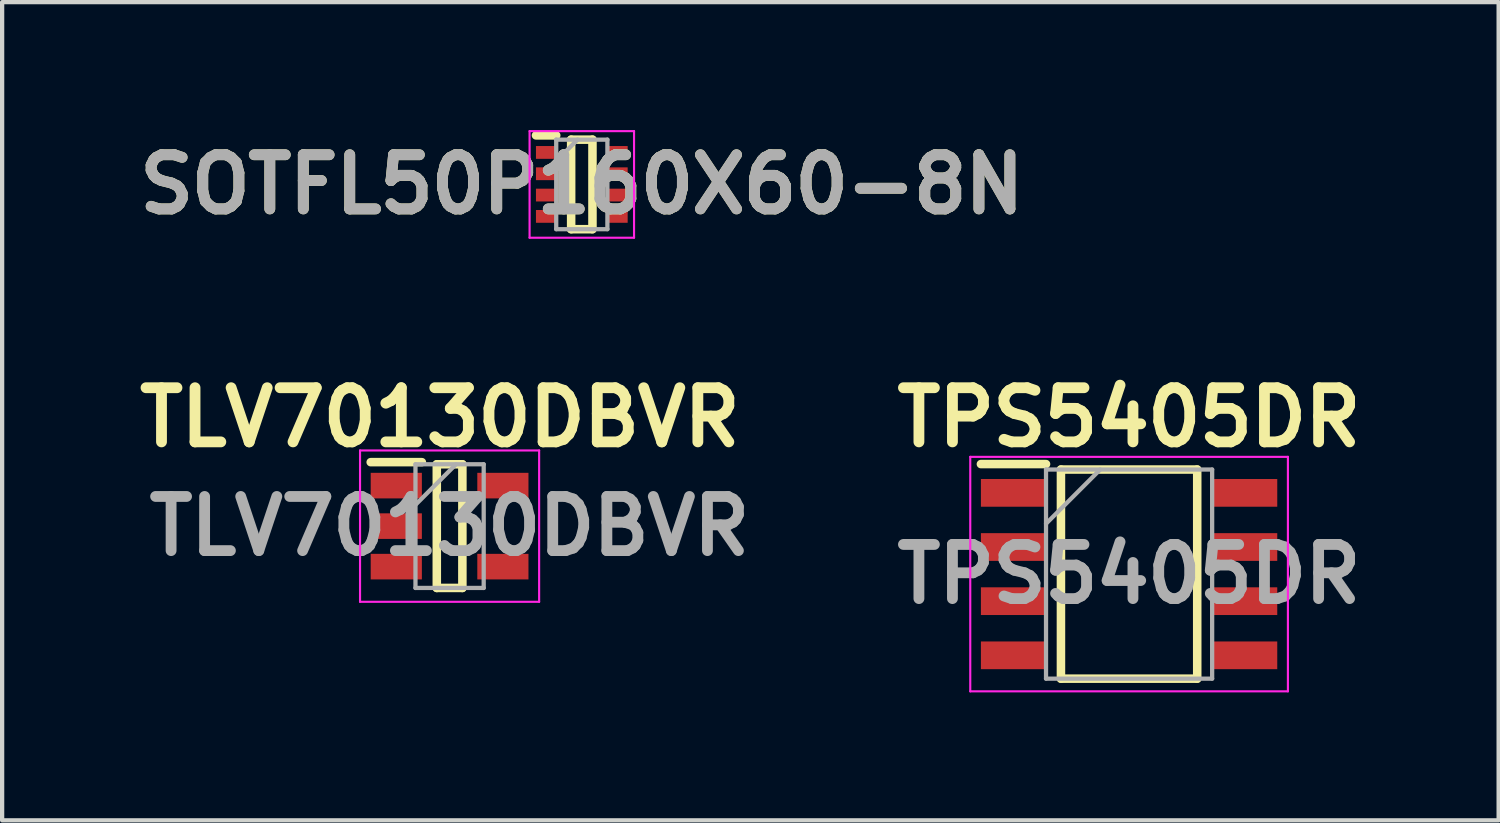
<source format=kicad_pcb>
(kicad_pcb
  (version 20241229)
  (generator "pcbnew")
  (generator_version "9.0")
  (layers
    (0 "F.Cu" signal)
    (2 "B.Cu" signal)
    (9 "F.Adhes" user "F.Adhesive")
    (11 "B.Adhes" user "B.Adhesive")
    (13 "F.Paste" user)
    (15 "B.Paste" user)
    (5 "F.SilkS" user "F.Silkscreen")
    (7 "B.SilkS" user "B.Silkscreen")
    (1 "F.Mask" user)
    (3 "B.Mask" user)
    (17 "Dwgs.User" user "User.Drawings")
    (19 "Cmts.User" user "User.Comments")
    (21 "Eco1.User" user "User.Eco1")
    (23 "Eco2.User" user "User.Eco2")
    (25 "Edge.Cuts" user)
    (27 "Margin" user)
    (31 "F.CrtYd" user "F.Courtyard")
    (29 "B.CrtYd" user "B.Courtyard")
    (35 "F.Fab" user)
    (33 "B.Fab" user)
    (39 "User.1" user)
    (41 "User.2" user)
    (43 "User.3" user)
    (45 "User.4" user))
  (footprint "SOTFL50P160X60-8N"
    (layer "F.Cu")
    (at 10.595 1.275)
    (property "Reference" "SOTFL50P160X60-8N" (at 0 0 0) (layer "F.SilkS") (effects (font (size 1.27 1.27) (thickness 0.254))))
    (attr smd)
    (fp_line (start -1.075 -1.15) (end -0.6 -1.15) (stroke (width 0.2) (type solid)) (layer "F.SilkS"))
    (fp_line (start -0.25 -1.05) (end 0.25 -1.05) (stroke (width 0.2) (type solid)) (layer "F.SilkS"))
    (fp_line (start -0.25 1.05) (end -0.25 -1.05) (stroke (width 0.2) (type solid)) (layer "F.SilkS"))
    (fp_line (start 0.25 -1.05) (end 0.25 1.05) (stroke (width 0.2) (type solid)) (layer "F.SilkS"))
    (fp_line (start 0.25 1.05) (end -0.25 1.05) (stroke (width 0.2) (type solid)) (layer "F.SilkS"))
    (fp_line (start -1.225 -1.25) (end 1.225 -1.25) (stroke (width 0.05) (type solid)) (layer "F.CrtYd"))
    (fp_line (start -1.225 1.25) (end -1.225 -1.25) (stroke (width 0.05) (type solid)) (layer "F.CrtYd"))
    (fp_line (start 1.225 -1.25) (end 1.225 1.25) (stroke (width 0.05) (type solid)) (layer "F.CrtYd"))
    (fp_line (start 1.225 1.25) (end -1.225 1.25) (stroke (width 0.05) (type solid)) (layer "F.CrtYd"))
    (fp_line (start -0.6 -1.05) (end 0.6 -1.05) (stroke (width 0.1) (type solid)) (layer "F.Fab"))
    (fp_line (start -0.6 -0.55) (end -0.1 -1.05) (stroke (width 0.1) (type solid)) (layer "F.Fab"))
    (fp_line (start -0.6 1.05) (end -0.6 -1.05) (stroke (width 0.1) (type solid)) (layer "F.Fab"))
    (fp_line (start 0.6 -1.05) (end 0.6 1.05) (stroke (width 0.1) (type solid)) (layer "F.Fab"))
    (fp_line (start 0.6 1.05) (end -0.6 1.05) (stroke (width 0.1) (type solid)) (layer "F.Fab"))
    (fp_text user "${REFERENCE}" (at 0 0 0) (layer "F.Fab") (effects (font (size 1.27 1.27) (thickness 0.254))))
    (pad "1" smd rect (at -0.838 -0.75 90) (size 0.3 0.475) (layers "F.Cu" "F.Mask" "F.Paste"))
    (pad "2" smd rect (at -0.838 -0.25 90) (size 0.3 0.475) (layers "F.Cu" "F.Mask" "F.Paste"))
    (pad "3" smd rect (at -0.838 0.25 90) (size 0.3 0.475) (layers "F.Cu" "F.Mask" "F.Paste"))
    (pad "4" smd rect (at -0.838 0.75 90) (size 0.3 0.475) (layers "F.Cu" "F.Mask" "F.Paste"))
    (pad "5" smd rect (at 0.838 0.75 90) (size 0.3 0.475) (layers "F.Cu" "F.Mask" "F.Paste"))
    (pad "6" smd rect (at 0.838 0.25 90) (size 0.3 0.475) (layers "F.Cu" "F.Mask" "F.Paste"))
    (pad "7" smd rect (at 0.838 -0.25 90) (size 0.3 0.475) (layers "F.Cu" "F.Mask" "F.Paste"))
    (pad "8" smd rect (at 0.838 -0.75 90) (size 0.3 0.475) (layers "F.Cu" "F.Mask" "F.Paste")))
  (footprint "TPS5405DR"
    (layer "F.Cu")
    (at 23.43 10.414)
    (property "Reference" "TPS5405DR" (at 0 -3.675 0) (layer "F.SilkS") (effects (font (size 1.27 1.27) (thickness 0.254))))
    (attr smd)
    (fp_line (start -3.475 -2.58) (end -1.948 -2.58) (stroke (width 0.2) (type solid)) (layer "F.SilkS"))
    (fp_line (start -1.598 -2.452) (end 1.598 -2.452) (stroke (width 0.2) (type solid)) (layer "F.SilkS"))
    (fp_line (start -1.598 2.452) (end -1.598 -2.452) (stroke (width 0.2) (type solid)) (layer "F.SilkS"))
    (fp_line (start 1.598 -2.452) (end 1.598 2.452) (stroke (width 0.2) (type solid)) (layer "F.SilkS"))
    (fp_line (start 1.598 2.452) (end -1.598 2.452) (stroke (width 0.2) (type solid)) (layer "F.SilkS"))
    (fp_line (start -3.725 -2.75) (end 3.725 -2.75) (stroke (width 0.05) (type solid)) (layer "F.CrtYd"))
    (fp_line (start -3.725 2.75) (end -3.725 -2.75) (stroke (width 0.05) (type solid)) (layer "F.CrtYd"))
    (fp_line (start 3.725 -2.75) (end 3.725 2.75) (stroke (width 0.05) (type solid)) (layer "F.CrtYd"))
    (fp_line (start 3.725 2.75) (end -3.725 2.75) (stroke (width 0.05) (type solid)) (layer "F.CrtYd"))
    (fp_line (start -1.948 -2.452) (end 1.948 -2.452) (stroke (width 0.1) (type solid)) (layer "F.Fab"))
    (fp_line (start -1.948 -1.182) (end -0.678 -2.452) (stroke (width 0.1) (type solid)) (layer "F.Fab"))
    (fp_line (start -1.948 2.452) (end -1.948 -2.452) (stroke (width 0.1) (type solid)) (layer "F.Fab"))
    (fp_line (start 1.948 -2.452) (end 1.948 2.452) (stroke (width 0.1) (type solid)) (layer "F.Fab"))
    (fp_line (start 1.948 2.452) (end -1.948 2.452) (stroke (width 0.1) (type solid)) (layer "F.Fab"))
    (fp_text user "${REFERENCE}" (at 0 0 0) (layer "F.Fab") (effects (font (size 1.27 1.27) (thickness 0.254))))
    (pad "1" smd rect (at -2.711 -1.905 90) (size 0.65 1.528) (layers "F.Cu" "F.Mask" "F.Paste"))
    (pad "2" smd rect (at -2.711 -0.635 90) (size 0.65 1.528) (layers "F.Cu" "F.Mask" "F.Paste"))
    (pad "3" smd rect (at -2.711 0.635 90) (size 0.65 1.528) (layers "F.Cu" "F.Mask" "F.Paste"))
    (pad "4" smd rect (at -2.711 1.905 90) (size 0.65 1.528) (layers "F.Cu" "F.Mask" "F.Paste"))
    (pad "5" smd rect (at 2.711 1.905 90) (size 0.65 1.528) (layers "F.Cu" "F.Mask" "F.Paste"))
    (pad "6" smd rect (at 2.711 0.635 90) (size 0.65 1.528) (layers "F.Cu" "F.Mask" "F.Paste"))
    (pad "7" smd rect (at 2.711 -0.635 90) (size 0.65 1.528) (layers "F.Cu" "F.Mask" "F.Paste"))
    (pad "8" smd rect (at 2.711 -1.905 90) (size 0.65 1.528) (layers "F.Cu" "F.Mask" "F.Paste")))
  (footprint "TLV70130DBVR"
    (layer "F.Cu")
    (at 7.494 9.289)
    (property "Reference" "TLV70130DBVR" (at -0.225 -2.55 0) (layer "F.SilkS") (effects (font (size 1.27 1.27) (thickness 0.254))))
    (attr smd)
    (fp_line (start -1.85 -1.5) (end -0.65 -1.5) (stroke (width 0.2) (type solid)) (layer "F.SilkS"))
    (fp_line (start -0.3 -1.45) (end 0.3 -1.45) (stroke (width 0.2) (type solid)) (layer "F.SilkS"))
    (fp_line (start -0.3 1.45) (end -0.3 -1.45) (stroke (width 0.2) (type solid)) (layer "F.SilkS"))
    (fp_line (start 0.3 -1.45) (end 0.3 1.45) (stroke (width 0.2) (type solid)) (layer "F.SilkS"))
    (fp_line (start 0.3 1.45) (end -0.3 1.45) (stroke (width 0.2) (type solid)) (layer "F.SilkS"))
    (fp_line (start -2.1 -1.775) (end 2.1 -1.775) (stroke (width 0.05) (type solid)) (layer "F.CrtYd"))
    (fp_line (start -2.1 1.775) (end -2.1 -1.775) (stroke (width 0.05) (type solid)) (layer "F.CrtYd"))
    (fp_line (start 2.1 -1.775) (end 2.1 1.775) (stroke (width 0.05) (type solid)) (layer "F.CrtYd"))
    (fp_line (start 2.1 1.775) (end -2.1 1.775) (stroke (width 0.05) (type solid)) (layer "F.CrtYd"))
    (fp_line (start -0.8 -1.45) (end 0.8 -1.45) (stroke (width 0.1) (type solid)) (layer "F.Fab"))
    (fp_line (start -0.8 -0.5) (end 0.15 -1.45) (stroke (width 0.1) (type solid)) (layer "F.Fab"))
    (fp_line (start -0.8 1.45) (end -0.8 -1.45) (stroke (width 0.1) (type solid)) (layer "F.Fab"))
    (fp_line (start 0.8 -1.45) (end 0.8 1.45) (stroke (width 0.1) (type solid)) (layer "F.Fab"))
    (fp_line (start 0.8 1.45) (end -0.8 1.45) (stroke (width 0.1) (type solid)) (layer "F.Fab"))
    (fp_text user "${REFERENCE}" (at 0 0 0) (layer "F.Fab") (effects (font (size 1.27 1.27) (thickness 0.254))))
    (pad "1" smd rect (at -1.25 -0.95 90) (size 0.6 1.2) (layers "F.Cu" "F.Mask" "F.Paste"))
    (pad "2" smd rect (at -1.25 0 90) (size 0.6 1.2) (layers "F.Cu" "F.Mask" "F.Paste"))
    (pad "3" smd rect (at -1.25 0.95 90) (size 0.6 1.2) (layers "F.Cu" "F.Mask" "F.Paste"))
    (pad "4" smd rect (at 1.25 0.95 90) (size 0.6 1.2) (layers "F.Cu" "F.Mask" "F.Paste"))
    (pad "5" smd rect (at 1.25 -0.95 90) (size 0.6 1.2) (layers "F.Cu" "F.Mask" "F.Paste")))
  (gr_rect
    (start -3 -3)
    (end 32.097 16.189)
    (stroke (width 0.1) (type default))
    (fill no)
    (layer "Edge.Cuts")))
</source>
